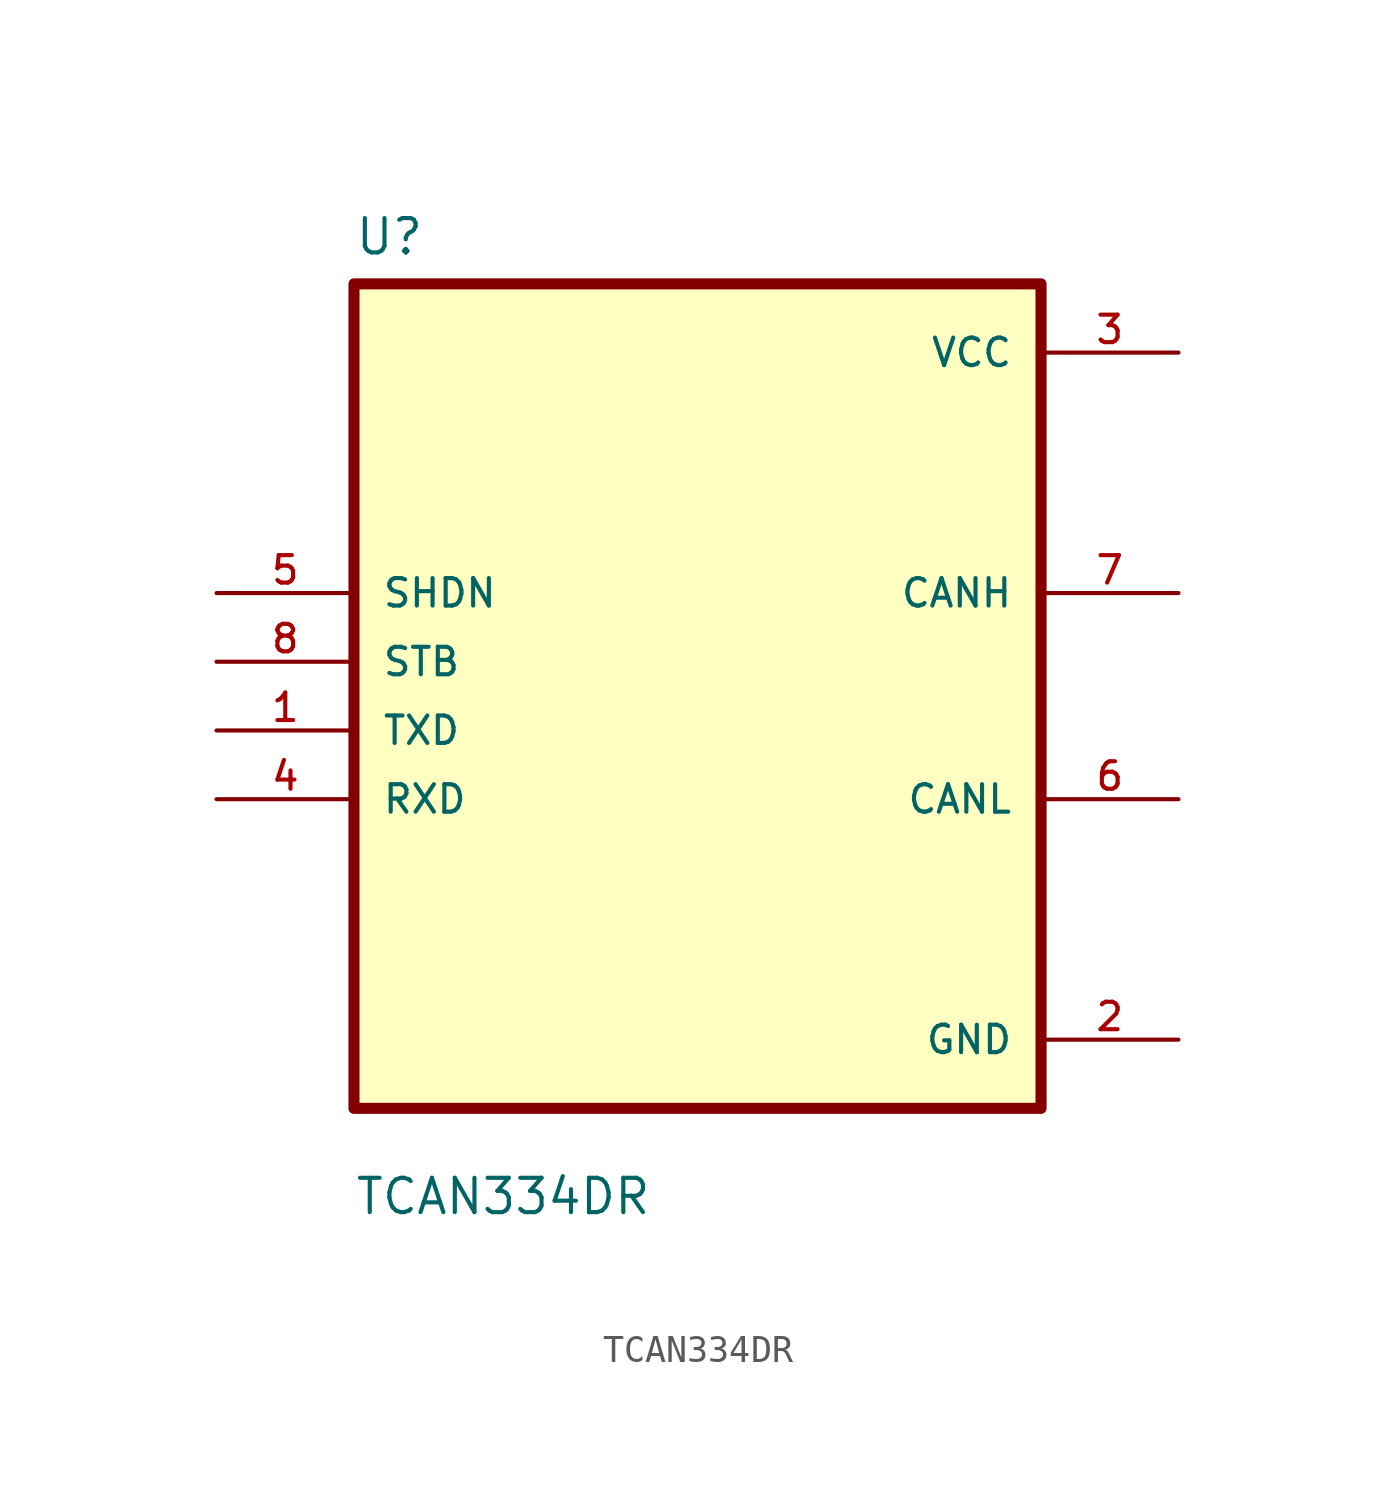
<source format=kicad_sym>
(kicad_symbol_lib
  (version 20241209)
  (generator "kicad_symbol_editor")
  (generator_version "9.0")
  (symbol "TCAN334DR"
    (pin_names
      (offset 1.016))
    (property "Reference" "U"
      (at -12.7 16.24 0)
      (effects (font (size 1.27 1.27)) (justify left bottom)))
    (property "Value" "TCAN334DR"
      (at -12.7 -19.24 0)
      (effects (font (size 1.27 1.27)) (justify left bottom)))
    (symbol "TCAN334DR_0_0"
      (rectangle (start -12.7 -15.24) (end 12.7 15.24) (stroke (width 0.41) (type default)) (fill (type background)))
      (pin input line (at -17.78 3.81 0) (length 5.08) (name "SHDN" (effects (font (size 1.016 1.016)))) (number "5" (effects (font (size 1.016 1.016)))))
      (pin input line (at -17.78 1.27 0) (length 5.08) (name "STB" (effects (font (size 1.016 1.016)))) (number "8" (effects (font (size 1.016 1.016)))))
      (pin input line (at -17.78 -1.27 0) (length 5.08) (name "TXD" (effects (font (size 1.016 1.016)))) (number "1" (effects (font (size 1.016 1.016)))))
      (pin output line (at -17.78 -3.81 0) (length 5.08) (name "RXD" (effects (font (size 1.016 1.016)))) (number "4" (effects (font (size 1.016 1.016)))))
      (pin power_in line (at 17.78 12.7 180) (length 5.08) (name "VCC" (effects (font (size 1.016 1.016)))) (number "3" (effects (font (size 1.016 1.016)))))
      (pin bidirectional line (at 17.78 3.81 180) (length 5.08) (name "CANH" (effects (font (size 1.016 1.016)))) (number "7" (effects (font (size 1.016 1.016)))))
      (pin bidirectional line (at 17.78 -3.81 180) (length 5.08) (name "CANL" (effects (font (size 1.016 1.016)))) (number "6" (effects (font (size 1.016 1.016)))))
      (pin power_in line (at 17.78 -12.7 180) (length 5.08) (name "GND" (effects (font (size 1.016 1.016)))) (number "2" (effects (font (size 1.016 1.016))))))))
</source>
